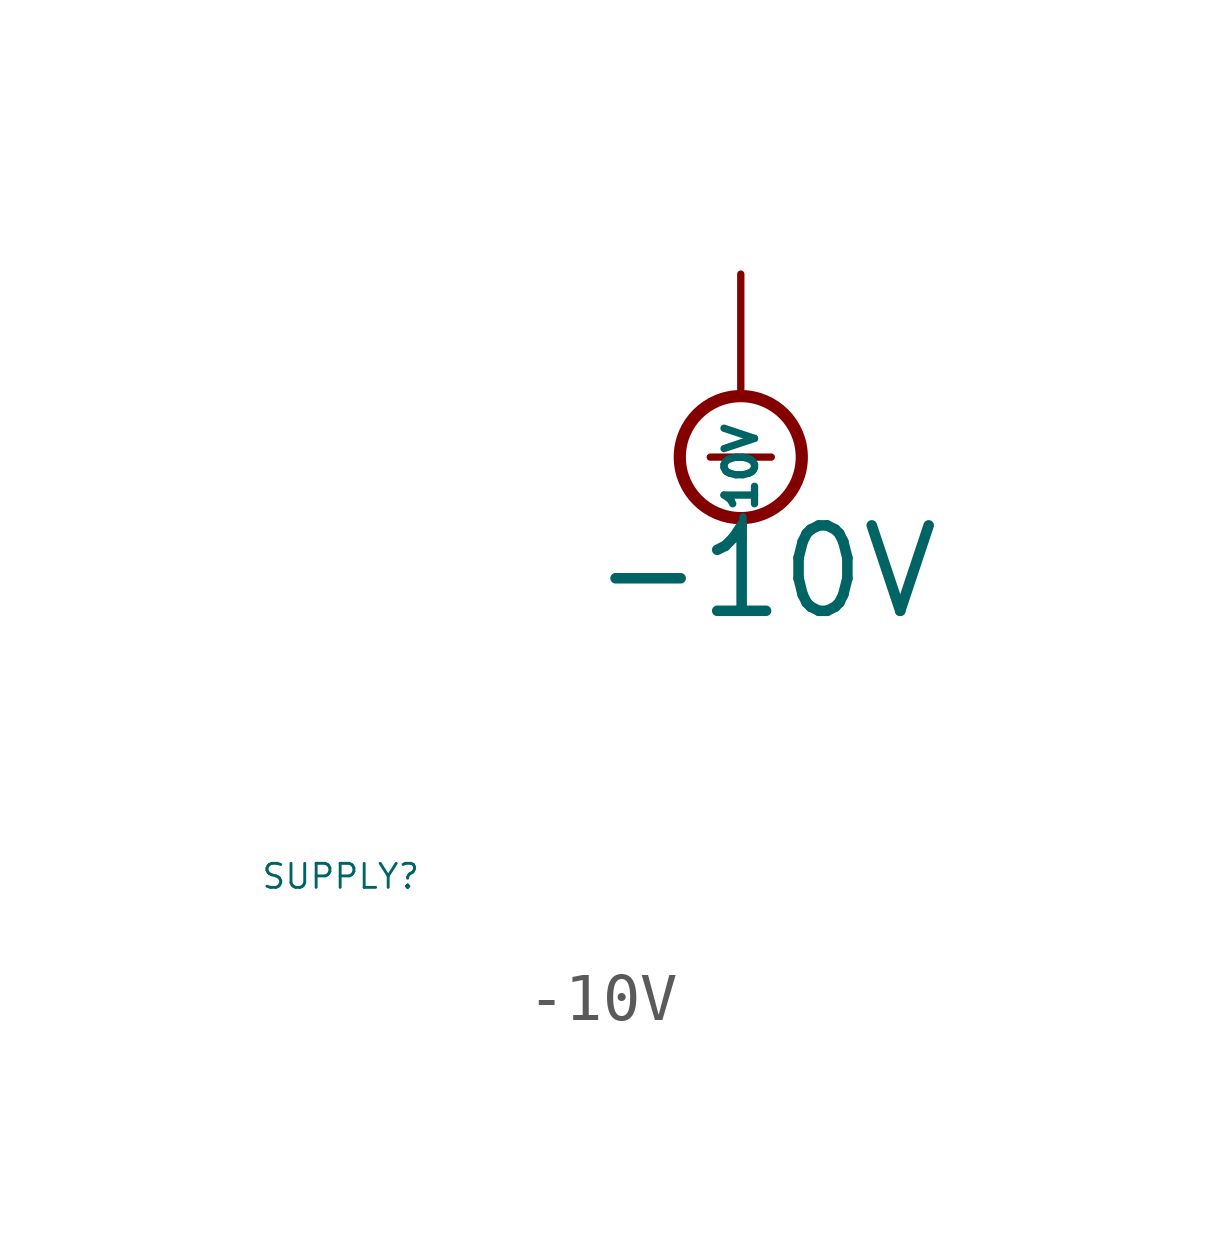
<source format=kicad_sym>
(kicad_symbol_lib
  (version 20220914)
  (generator Eagle2Kicad)
  (symbol "-10V"
    (property "Reference" "SUPPLY"
      (at -10 -10 0)
      (effects (font (size 0.5 0.5) (thickness 0.06)) (justify left)))
    (property "Value" "-10V"
      (at -3.175 -4.699 0)
      (effects (font (size 1.778 1.778) (thickness 0.22)) (justify left bottom)))
    (polyline
      (pts (xy -0.635 -1.27) (xy 0.635 -1.27))
      (stroke (width 0.152) (type default))
      (fill (type none)))
    (circle
      (center 0 -1.27)
      (radius 1.27)
      (stroke (width 0.254) (type default))
      (fill (type none)))
    (pin unspecified line
      (at 0 2.54 270)
      (length 2.54)
      (name "-10V" (effects (font (size 0.635 0.635) (thickness 0.08)) (justify left bottom)))
      (number "" (effects (font (size 0.635 0.635) (thickness 0.08)) (justify left bottom))))))
</source>
